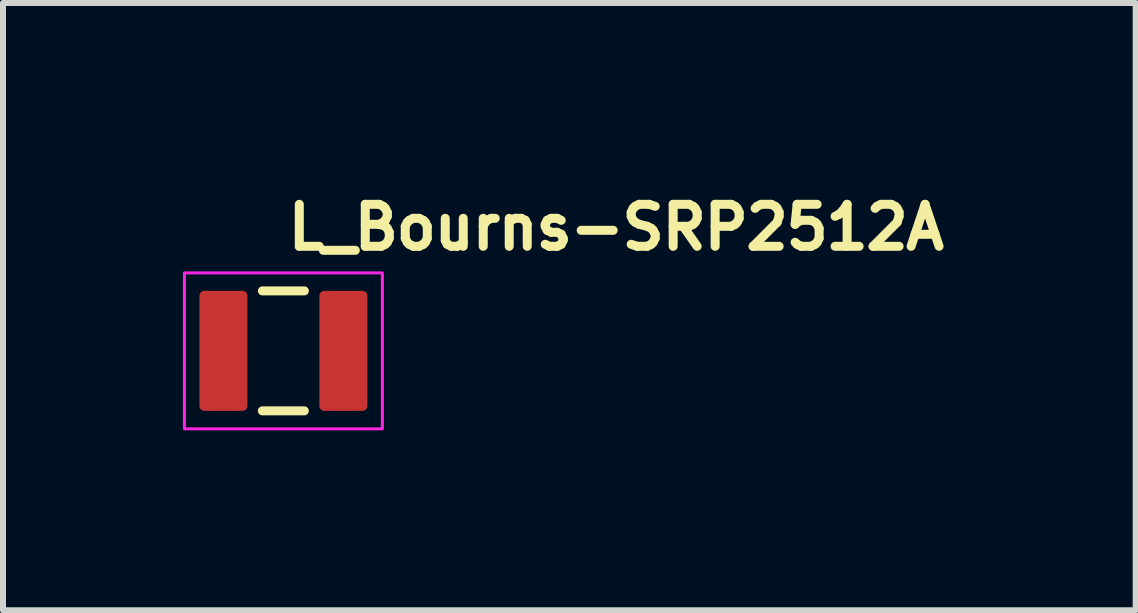
<source format=kicad_pcb>
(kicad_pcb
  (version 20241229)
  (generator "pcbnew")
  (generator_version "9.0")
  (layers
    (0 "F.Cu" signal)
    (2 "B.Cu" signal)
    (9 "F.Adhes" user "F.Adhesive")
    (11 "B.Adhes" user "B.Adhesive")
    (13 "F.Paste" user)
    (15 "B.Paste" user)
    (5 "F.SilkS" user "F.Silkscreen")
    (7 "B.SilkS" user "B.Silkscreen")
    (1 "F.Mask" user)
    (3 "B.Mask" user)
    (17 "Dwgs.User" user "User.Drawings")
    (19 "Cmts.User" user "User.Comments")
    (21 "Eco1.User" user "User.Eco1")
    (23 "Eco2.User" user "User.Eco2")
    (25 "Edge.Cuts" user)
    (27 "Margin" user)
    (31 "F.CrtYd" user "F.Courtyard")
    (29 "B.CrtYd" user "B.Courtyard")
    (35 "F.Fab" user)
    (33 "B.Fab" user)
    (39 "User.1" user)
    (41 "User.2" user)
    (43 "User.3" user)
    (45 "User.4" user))
  (footprint "L_Bourns-SRP2512A"
    (layer "F.Cu")
    (at 1.675 2.8)
    (property "Reference" "L_Bourns-SRP2512A" (at 0 -1.65 180) (layer "F.SilkS") (effects (font (size 0.7 0.7) (thickness 0.15)) (justify left bottom)))
    (attr smd)
    (fp_line (start -0.351 1) (end 0.349 1) (stroke (width 0.15) (type solid)) (layer "F.SilkS"))
    (fp_line (start -0.35 -1) (end 0.35 -1) (stroke (width 0.15) (type solid)) (layer "F.SilkS"))
    (fp_rect (start -1.65 -1.3) (end 1.65 1.3) (stroke (width 0.05) (type solid)) (fill no) (layer "F.CrtYd"))
    (fp_rect (start -1.205 -1) (end 1.203 1) (stroke (width 0.1) (type solid)) (fill no) (layer "User.5"))
    (fp_line (start -1.205 -0.941) (end -1.185 -0.941) (stroke (width 0.02) (type solid)) (layer "User.9"))
    (fp_line (start -1.205 0.958) (end -1.205 -0.941) (stroke (width 0.02) (type solid)) (layer "User.9"))
    (fp_line (start -1.185 -0.941) (end -1.15 -0.941) (stroke (width 0.02) (type solid)) (layer "User.9"))
    (fp_line (start -1.185 0.958) (end -1.205 0.958) (stroke (width 0.02) (type solid)) (layer "User.9"))
    (fp_line (start -1.185 0.958) (end -1.15 0.958) (stroke (width 0.02) (type solid)) (layer "User.9"))
    (fp_line (start -1.151 -0.981) (end -1.151 -0.98) (stroke (width 0.02) (type solid)) (layer "User.9"))
    (fp_line (start -1.151 -0.98) (end -1.15 -0.98) (stroke (width 0.02) (type solid)) (layer "User.9"))
    (fp_line (start -1.151 0.98) (end -1.151 0.981) (stroke (width 0.02) (type solid)) (layer "User.9"))
    (fp_line (start -1.151 0.981) (end -1.15 0.982) (stroke (width 0.02) (type solid)) (layer "User.9"))
    (fp_line (start -1.15 -0.986) (end -1.15 -0.985) (stroke (width 0.02) (type solid)) (layer "User.9"))
    (fp_line (start -1.15 -0.985) (end -1.15 -0.984) (stroke (width 0.02) (type solid)) (layer "User.9"))
    (fp_line (start -1.15 -0.984) (end -1.15 -0.983) (stroke (width 0.02) (type solid)) (layer "User.9"))
    (fp_line (start -1.15 -0.983) (end -1.15 -0.982) (stroke (width 0.02) (type solid)) (layer "User.9"))
    (fp_line (start -1.15 -0.982) (end -1.151 -0.981) (stroke (width 0.02) (type solid)) (layer "User.9"))
    (fp_line (start -1.15 -0.98) (end -1.15 0.98) (stroke (width 0.02) (type solid)) (layer "User.9"))
    (fp_line (start -1.15 0.98) (end -1.151 0.98) (stroke (width 0.02) (type solid)) (layer "User.9"))
    (fp_line (start -1.15 0.982) (end -1.15 0.983) (stroke (width 0.02) (type solid)) (layer "User.9"))
    (fp_line (start -1.15 0.983) (end -1.15 0.984) (stroke (width 0.02) (type solid)) (layer "User.9"))
    (fp_line (start -1.15 0.984) (end -1.15 0.985) (stroke (width 0.02) (type solid)) (layer "User.9"))
    (fp_line (start -1.15 0.985) (end -1.15 0.986) (stroke (width 0.02) (type solid)) (layer "User.9"))
    (fp_line (start -1.15 0.986) (end -1.149 0.987) (stroke (width 0.02) (type solid)) (layer "User.9"))
    (fp_line (start -1.149 -0.988) (end -1.149 -0.987) (stroke (width 0.02) (type solid)) (layer "User.9"))
    (fp_line (start -1.149 -0.987) (end -1.15 -0.986) (stroke (width 0.02) (type solid)) (layer "User.9"))
    (fp_line (start -1.149 0.987) (end -1.149 0.988) (stroke (width 0.02) (type solid)) (layer "User.9"))
    (fp_line (start -1.149 0.988) (end -1.148 0.989) (stroke (width 0.02) (type solid)) (layer "User.9"))
    (fp_line (start -1.148 -0.99) (end -1.148 -0.989) (stroke (width 0.02) (type solid)) (layer "User.9"))
    (fp_line (start -1.148 -0.989) (end -1.149 -0.988) (stroke (width 0.02) (type solid)) (layer "User.9"))
    (fp_line (start -1.148 0.989) (end -1.148 0.99) (stroke (width 0.02) (type solid)) (layer "User.9"))
    (fp_line (start -1.148 0.99) (end -1.147 0.99) (stroke (width 0.02) (type solid)) (layer "User.9"))
    (fp_line (start -1.147 -0.991) (end -1.147 -0.99) (stroke (width 0.02) (type solid)) (layer "User.9"))
    (fp_line (start -1.147 -0.99) (end -1.148 -0.99) (stroke (width 0.02) (type solid)) (layer "User.9"))
    (fp_line (start -1.147 0.99) (end -1.147 0.991) (stroke (width 0.02) (type solid)) (layer "User.9"))
    (fp_line (start -1.147 0.991) (end -1.145 0.992) (stroke (width 0.02) (type solid)) (layer "User.9"))
    (fp_line (start -1.145 -0.994) (end -1.145 -0.993) (stroke (width 0.02) (type solid)) (layer "User.9"))
    (fp_line (start -1.145 -0.993) (end -1.145 -0.992) (stroke (width 0.02) (type solid)) (layer "User.9"))
    (fp_line (start -1.145 -0.992) (end -1.147 -0.991) (stroke (width 0.02) (type solid)) (layer "User.9"))
    (fp_line (start -1.145 0.992) (end -1.145 0.993) (stroke (width 0.02) (type solid)) (layer "User.9"))
    (fp_line (start -1.145 0.993) (end -1.145 0.994) (stroke (width 0.02) (type solid)) (layer "User.9"))
    (fp_line (start -1.145 0.994) (end -1.144 0.994) (stroke (width 0.02) (type solid)) (layer "User.9"))
    (fp_line (start -1.144 -0.994) (end -1.145 -0.994) (stroke (width 0.02) (type solid)) (layer "User.9"))
    (fp_line (start -1.144 0.994) (end -1.143 0.995) (stroke (width 0.02) (type solid)) (layer "User.9"))
    (fp_line (start -1.143 -0.995) (end -1.144 -0.994) (stroke (width 0.02) (type solid)) (layer "User.9"))
    (fp_line (start -1.143 0.995) (end -1.141 0.996) (stroke (width 0.02) (type solid)) (layer "User.9"))
    (fp_line (start -1.141 -0.997) (end -1.141 -0.996) (stroke (width 0.02) (type solid)) (layer "User.9"))
    (fp_line (start -1.141 -0.996) (end -1.143 -0.995) (stroke (width 0.02) (type solid)) (layer "User.9"))
    (fp_line (start -1.141 -0.996) (end -1.141 -0.996) (stroke (width 0.02) (type solid)) (layer "User.9"))
    (fp_line (start -1.141 0.996) (end -1.141 0.996) (stroke (width 0.02) (type solid)) (layer "User.9"))
    (fp_line (start -1.141 0.996) (end -1.141 0.997) (stroke (width 0.02) (type solid)) (layer "User.9"))
    (fp_line (start -1.141 0.997) (end -1.14 0.997) (stroke (width 0.02) (type solid)) (layer "User.9"))
    (fp_line (start -1.14 -0.997) (end -1.141 -0.997) (stroke (width 0.02) (type solid)) (layer "User.9"))
    (fp_line (start -1.14 0.997) (end -1.139 0.998) (stroke (width 0.02) (type solid)) (layer "User.9"))
    (fp_line (start -1.139 -0.998) (end -1.14 -0.997) (stroke (width 0.02) (type solid)) (layer "User.9"))
    (fp_line (start -1.139 0.998) (end -1.137 0.998) (stroke (width 0.02) (type solid)) (layer "User.9"))
    (fp_line (start -1.137 -0.999) (end -1.137 -0.998) (stroke (width 0.02) (type solid)) (layer "User.9"))
    (fp_line (start -1.137 -0.998) (end -1.139 -0.998) (stroke (width 0.02) (type solid)) (layer "User.9"))
    (fp_line (start -1.137 0.998) (end -1.137 0.999) (stroke (width 0.02) (type solid)) (layer "User.9"))
    (fp_line (start -1.137 0.999) (end -1.136 0.999) (stroke (width 0.02) (type solid)) (layer "User.9"))
    (fp_line (start -1.136 -0.999) (end -1.137 -0.999) (stroke (width 0.02) (type solid)) (layer "User.9"))
    (fp_line (start -1.136 0.999) (end -1.135 0.999) (stroke (width 0.02) (type solid)) (layer "User.9"))
    (fp_line (start -1.135 -0.999) (end -1.136 -0.999) (stroke (width 0.02) (type solid)) (layer "User.9"))
    (fp_line (start -1.135 0.999) (end -1.133 0.999) (stroke (width 0.02) (type solid)) (layer "User.9"))
    (fp_line (start -1.133 -0.999) (end -1.135 -0.999) (stroke (width 0.02) (type solid)) (layer "User.9"))
    (fp_line (start -1.133 -0.999) (end -1.133 -0.999) (stroke (width 0.02) (type solid)) (layer "User.9"))
    (fp_line (start -1.133 0.999) (end -1.133 0.999) (stroke (width 0.02) (type solid)) (layer "User.9"))
    (fp_line (start -1.133 0.999) (end -1.132 1) (stroke (width 0.02) (type solid)) (layer "User.9"))
    (fp_line (start -1.132 -1) (end -1.133 -0.999) (stroke (width 0.02) (type solid)) (layer "User.9"))
    (fp_line (start -1.132 1) (end -1.131 1) (stroke (width 0.02) (type solid)) (layer "User.9"))
    (fp_line (start -1.131 -1) (end -1.132 -1) (stroke (width 0.02) (type solid)) (layer "User.9"))
    (fp_line (start -1.131 1) (end -1.129 1) (stroke (width 0.02) (type solid)) (layer "User.9"))
    (fp_line (start -1.129 -1) (end -1.131 -1) (stroke (width 0.02) (type solid)) (layer "User.9"))
    (fp_line (start -1.129 -1) (end 1.129 -1) (stroke (width 0.02) (type solid)) (layer "User.9"))
    (fp_line (start 1.129 -1) (end 1.129 -1) (stroke (width 0.02) (type solid)) (layer "User.9"))
    (fp_line (start 1.129 -1) (end 1.129 -1) (stroke (width 0.02) (type solid)) (layer "User.9"))
    (fp_line (start 1.129 -1) (end 1.131 -0.999) (stroke (width 0.02) (type solid)) (layer "User.9"))
    (fp_line (start 1.129 1) (end -1.129 1) (stroke (width 0.02) (type solid)) (layer "User.9"))
    (fp_line (start 1.129 1) (end 1.129 1) (stroke (width 0.02) (type solid)) (layer "User.9"))
    (fp_line (start 1.129 1) (end 1.129 1) (stroke (width 0.02) (type solid)) (layer "User.9"))
    (fp_line (start 1.131 -0.999) (end 1.132 -0.999) (stroke (width 0.02) (type solid)) (layer "User.9"))
    (fp_line (start 1.131 0.999) (end 1.129 1) (stroke (width 0.02) (type solid)) (layer "User.9"))
    (fp_line (start 1.132 -0.999) (end 1.133 -0.999) (stroke (width 0.02) (type solid)) (layer "User.9"))
    (fp_line (start 1.132 0.999) (end 1.131 0.999) (stroke (width 0.02) (type solid)) (layer "User.9"))
    (fp_line (start 1.133 -0.999) (end 1.133 -0.999) (stroke (width 0.02) (type solid)) (layer "User.9"))
    (fp_line (start 1.133 -0.999) (end 1.135 -0.999) (stroke (width 0.02) (type solid)) (layer "User.9"))
    (fp_line (start 1.133 0.999) (end 1.132 0.999) (stroke (width 0.02) (type solid)) (layer "User.9"))
    (fp_line (start 1.133 0.999) (end 1.133 0.999) (stroke (width 0.02) (type solid)) (layer "User.9"))
    (fp_line (start 1.135 -0.999) (end 1.136 -0.998) (stroke (width 0.02) (type solid)) (layer "User.9"))
    (fp_line (start 1.135 0.999) (end 1.133 0.999) (stroke (width 0.02) (type solid)) (layer "User.9"))
    (fp_line (start 1.136 -0.998) (end 1.137 -0.998) (stroke (width 0.02) (type solid)) (layer "User.9"))
    (fp_line (start 1.136 0.998) (end 1.135 0.999) (stroke (width 0.02) (type solid)) (layer "User.9"))
    (fp_line (start 1.137 -0.998) (end 1.137 -0.997) (stroke (width 0.02) (type solid)) (layer "User.9"))
    (fp_line (start 1.137 -0.997) (end 1.139 -0.997) (stroke (width 0.02) (type solid)) (layer "User.9"))
    (fp_line (start 1.137 0.997) (end 1.137 0.998) (stroke (width 0.02) (type solid)) (layer "User.9"))
    (fp_line (start 1.137 0.998) (end 1.136 0.998) (stroke (width 0.02) (type solid)) (layer "User.9"))
    (fp_line (start 1.139 -0.997) (end 1.139 -0.996) (stroke (width 0.02) (type solid)) (layer "User.9"))
    (fp_line (start 1.139 -0.996) (end 1.14 -0.996) (stroke (width 0.02) (type solid)) (layer "User.9"))
    (fp_line (start 1.139 0.996) (end 1.139 0.997) (stroke (width 0.02) (type solid)) (layer "User.9"))
    (fp_line (start 1.139 0.997) (end 1.137 0.997) (stroke (width 0.02) (type solid)) (layer "User.9"))
    (fp_line (start 1.14 -0.996) (end 1.141 -0.995) (stroke (width 0.02) (type solid)) (layer "User.9"))
    (fp_line (start 1.14 0.996) (end 1.139 0.996) (stroke (width 0.02) (type solid)) (layer "User.9"))
    (fp_line (start 1.141 -0.995) (end 1.141 -0.994) (stroke (width 0.02) (type solid)) (layer "User.9"))
    (fp_line (start 1.141 -0.994) (end 1.143 -0.994) (stroke (width 0.02) (type solid)) (layer "User.9"))
    (fp_line (start 1.141 0.994) (end 1.141 0.995) (stroke (width 0.02) (type solid)) (layer "User.9"))
    (fp_line (start 1.141 0.995) (end 1.14 0.996) (stroke (width 0.02) (type solid)) (layer "User.9"))
    (fp_line (start 1.143 -0.994) (end 1.143 -0.993) (stroke (width 0.02) (type solid)) (layer "User.9"))
    (fp_line (start 1.143 -0.993) (end 1.144 -0.992) (stroke (width 0.02) (type solid)) (layer "User.9"))
    (fp_line (start 1.143 0.993) (end 1.143 0.994) (stroke (width 0.02) (type solid)) (layer "User.9"))
    (fp_line (start 1.143 0.994) (end 1.141 0.994) (stroke (width 0.02) (type solid)) (layer "User.9"))
    (fp_line (start 1.144 -0.992) (end 1.145 -0.991) (stroke (width 0.02) (type solid)) (layer "User.9"))
    (fp_line (start 1.144 0.992) (end 1.143 0.993) (stroke (width 0.02) (type solid)) (layer "User.9"))
    (fp_line (start 1.145 -0.991) (end 1.145 -0.99) (stroke (width 0.02) (type solid)) (layer "User.9"))
    (fp_line (start 1.145 -0.99) (end 1.145 -0.99) (stroke (width 0.02) (type solid)) (layer "User.9"))
    (fp_line (start 1.145 -0.99) (end 1.145 -0.989) (stroke (width 0.02) (type solid)) (layer "User.9"))
    (fp_line (start 1.145 -0.989) (end 1.147 -0.988) (stroke (width 0.02) (type solid)) (layer "User.9"))
    (fp_line (start 1.145 0.989) (end 1.145 0.99) (stroke (width 0.02) (type solid)) (layer "User.9"))
    (fp_line (start 1.145 0.99) (end 1.145 0.99) (stroke (width 0.02) (type solid)) (layer "User.9"))
    (fp_line (start 1.145 0.99) (end 1.145 0.991) (stroke (width 0.02) (type solid)) (layer "User.9"))
    (fp_line (start 1.145 0.991) (end 1.144 0.992) (stroke (width 0.02) (type solid)) (layer "User.9"))
    (fp_line (start 1.147 -0.988) (end 1.147 -0.987) (stroke (width 0.02) (type solid)) (layer "User.9"))
    (fp_line (start 1.147 -0.987) (end 1.148 -0.986) (stroke (width 0.02) (type solid)) (layer "User.9"))
    (fp_line (start 1.147 0.987) (end 1.147 0.988) (stroke (width 0.02) (type solid)) (layer "User.9"))
    (fp_line (start 1.147 0.988) (end 1.145 0.989) (stroke (width 0.02) (type solid)) (layer "User.9"))
    (fp_line (start 1.148 -0.986) (end 1.148 -0.985) (stroke (width 0.02) (type solid)) (layer "User.9"))
    (fp_line (start 1.148 -0.985) (end 1.148 -0.984) (stroke (width 0.02) (type solid)) (layer "User.9"))
    (fp_line (start 1.148 -0.984) (end 1.148 -0.983) (stroke (width 0.02) (type solid)) (layer "User.9"))
    (fp_line (start 1.148 -0.983) (end 1.148 -0.982) (stroke (width 0.02) (type solid)) (layer "User.9"))
    (fp_line (start 1.148 -0.982) (end 1.149 -0.981) (stroke (width 0.02) (type solid)) (layer "User.9"))
    (fp_line (start 1.148 0.982) (end 1.148 0.983) (stroke (width 0.02) (type solid)) (layer "User.9"))
    (fp_line (start 1.148 0.983) (end 1.148 0.984) (stroke (width 0.02) (type solid)) (layer "User.9"))
    (fp_line (start 1.148 0.984) (end 1.148 0.985) (stroke (width 0.02) (type solid)) (layer "User.9"))
    (fp_line (start 1.148 0.985) (end 1.148 0.986) (stroke (width 0.02) (type solid)) (layer "User.9"))
    (fp_line (start 1.148 0.986) (end 1.147 0.987) (stroke (width 0.02) (type solid)) (layer "User.9"))
    (fp_line (start 1.149 -0.981) (end 1.149 -0.98) (stroke (width 0.02) (type solid)) (layer "User.9"))
    (fp_line (start 1.149 -0.98) (end 1.149 -0.98) (stroke (width 0.02) (type solid)) (layer "User.9"))
    (fp_line (start 1.149 0.98) (end 1.149 -0.98) (stroke (width 0.02) (type solid)) (layer "User.9"))
    (fp_line (start 1.149 0.98) (end 1.149 0.98) (stroke (width 0.02) (type solid)) (layer "User.9"))
    (fp_line (start 1.149 0.98) (end 1.149 0.981) (stroke (width 0.02) (type solid)) (layer "User.9"))
    (fp_line (start 1.149 0.981) (end 1.148 0.982) (stroke (width 0.02) (type solid)) (layer "User.9"))
    (fp_line (start 1.183 -0.941) (end 1.149 -0.941) (stroke (width 0.02) (type solid)) (layer "User.9"))
    (fp_line (start 1.183 -0.941) (end 1.203 -0.941) (stroke (width 0.02) (type solid)) (layer "User.9"))
    (fp_line (start 1.183 0.958) (end 1.149 0.958) (stroke (width 0.02) (type solid)) (layer "User.9"))
    (fp_line (start 1.203 -0.941) (end 1.203 0.958) (stroke (width 0.02) (type solid)) (layer "User.9"))
    (fp_line (start 1.203 0.958) (end 1.183 0.958) (stroke (width 0.02) (type solid)) (layer "User.9"))
    (pad "1" smd roundrect (at -1 0 90) (size 2 0.8) (layers "F.Cu" "F.Mask" "F.Paste") (roundrect_rratio 0.1))
    (pad "2" smd roundrect (at 1 0 90) (size 2 0.8) (layers "F.Cu" "F.Mask" "F.Paste") (roundrect_rratio 0.1)))
  (gr_rect
    (start -3 -3)
    (end 15.885 7.125)
    (stroke (width 0.1) (type default))
    (fill no)
    (layer "Edge.Cuts")))
</source>
